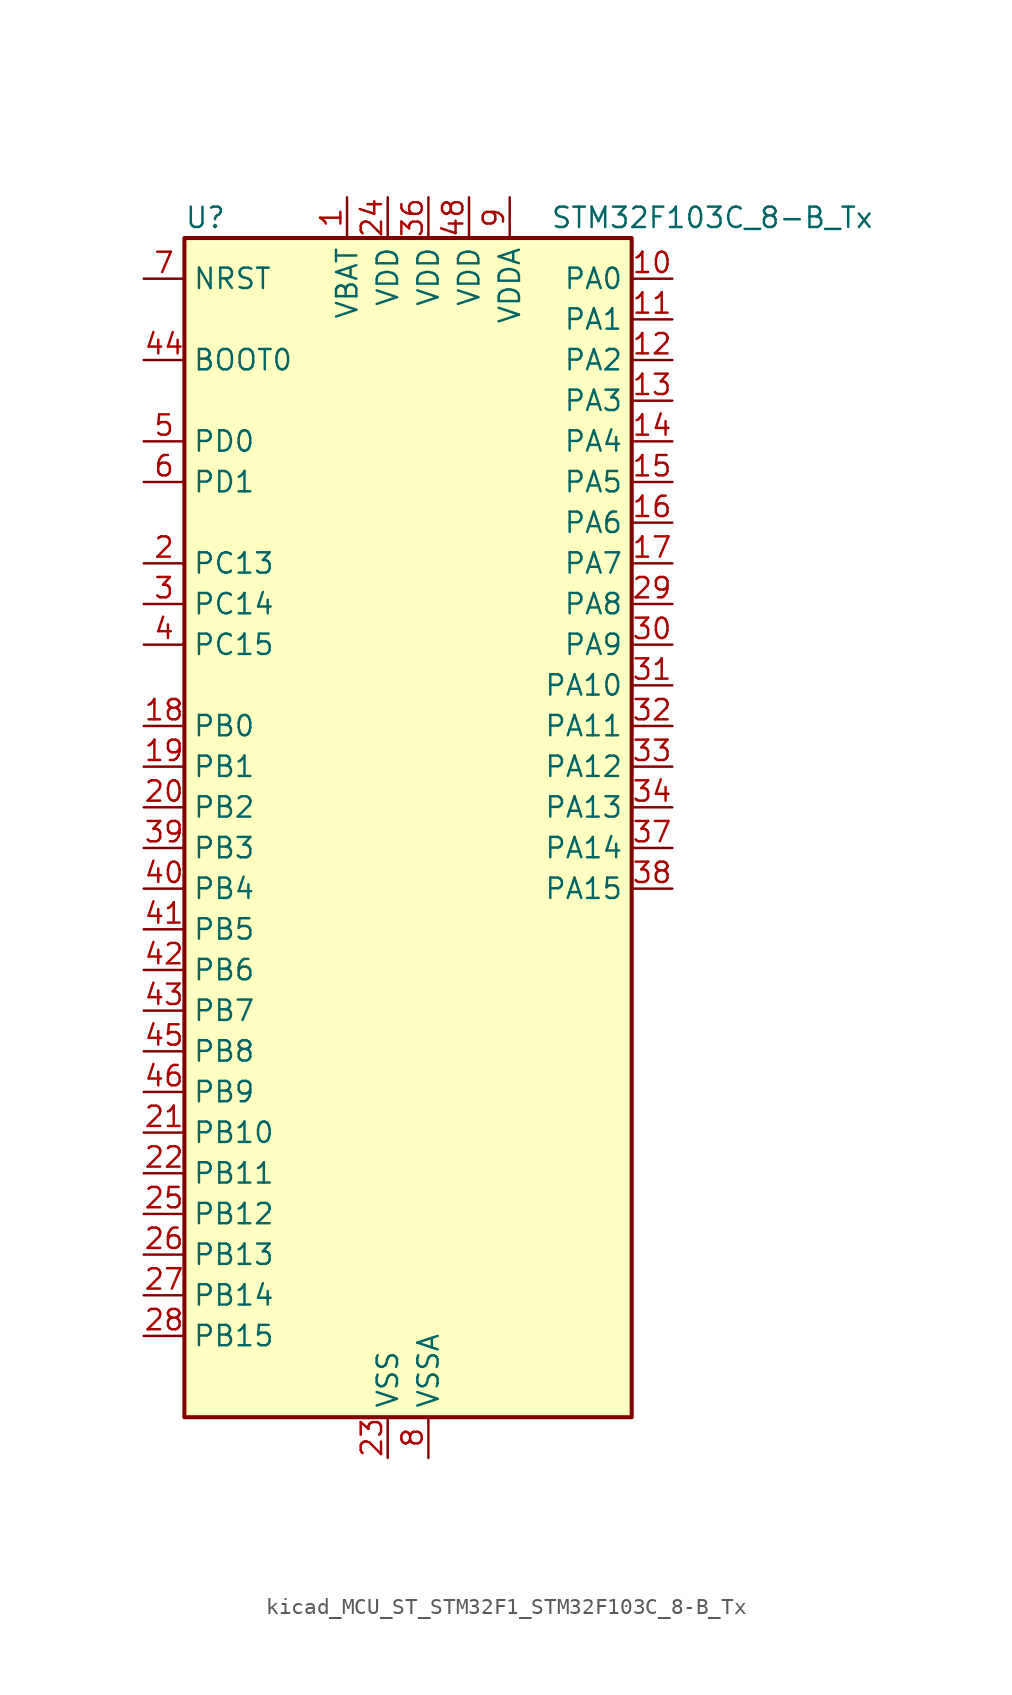
<source format=kicad_sym>
(kicad_symbol_lib
  (version 20220914)
  (generator kicad_symbol_editor)
  (symbol "kicad_MCU_ST_STM32F1_STM32F103C_8-B_Tx"
    (property "Reference" "U"
      (at -12.7 39.37 0)
      (effects (font (size 1.27 1.27)) (justify left)))
    (property "Value" "STM32F103C_8-B_Tx"
      (at 10.16 39.37 0)
      (effects (font (size 1.27 1.27)) (justify left)))
    (property "ki_locked" ""
      (at 0 0 0)
      (effects (font (size 1.27 1.27))))
    (symbol "kicad_MCU_ST_STM32F1_STM32F103C_8-B_Tx_0_1"
      (rectangle (start -12.7 -35.56) (end 15.24 38.1) (stroke (width 0.254) (type default)) (fill (type background))))
    (symbol "kicad_MCU_ST_STM32F1_STM32F103C_8-B_Tx_1_1"
      (pin power_in line (at -2.54 40.64 270) (length 2.54) (name "VBAT" (effects (font (size 1.27 1.27)))) (number "1" (effects (font (size 1.27 1.27)))))
      (pin bidirectional line (at 17.78 35.56 180) (length 2.54) (name "PA0" (effects (font (size 1.27 1.27)))) (number "10" (effects (font (size 1.27 1.27)))) (alternate "ADC1_IN0" bidirectional line) (alternate "ADC2_IN0" bidirectional line) (alternate "SYS_WKUP" bidirectional line) (alternate "TIM2_CH1" bidirectional line) (alternate "TIM2_ETR" bidirectional line) (alternate "USART2_CTS" bidirectional line))
      (pin bidirectional line (at 17.78 33.02 180) (length 2.54) (name "PA1" (effects (font (size 1.27 1.27)))) (number "11" (effects (font (size 1.27 1.27)))) (alternate "ADC1_IN1" bidirectional line) (alternate "ADC2_IN1" bidirectional line) (alternate "TIM2_CH2" bidirectional line) (alternate "USART2_RTS" bidirectional line))
      (pin bidirectional line (at 17.78 30.48 180) (length 2.54) (name "PA2" (effects (font (size 1.27 1.27)))) (number "12" (effects (font (size 1.27 1.27)))) (alternate "ADC1_IN2" bidirectional line) (alternate "ADC2_IN2" bidirectional line) (alternate "TIM2_CH3" bidirectional line) (alternate "USART2_TX" bidirectional line))
      (pin bidirectional line (at 17.78 27.94 180) (length 2.54) (name "PA3" (effects (font (size 1.27 1.27)))) (number "13" (effects (font (size 1.27 1.27)))) (alternate "ADC1_IN3" bidirectional line) (alternate "ADC2_IN3" bidirectional line) (alternate "TIM2_CH4" bidirectional line) (alternate "USART2_RX" bidirectional line))
      (pin bidirectional line (at 17.78 25.4 180) (length 2.54) (name "PA4" (effects (font (size 1.27 1.27)))) (number "14" (effects (font (size 1.27 1.27)))) (alternate "ADC1_IN4" bidirectional line) (alternate "ADC2_IN4" bidirectional line) (alternate "SPI1_NSS" bidirectional line) (alternate "USART2_CK" bidirectional line))
      (pin bidirectional line (at 17.78 22.86 180) (length 2.54) (name "PA5" (effects (font (size 1.27 1.27)))) (number "15" (effects (font (size 1.27 1.27)))) (alternate "ADC1_IN5" bidirectional line) (alternate "ADC2_IN5" bidirectional line) (alternate "SPI1_SCK" bidirectional line))
      (pin bidirectional line (at 17.78 20.32 180) (length 2.54) (name "PA6" (effects (font (size 1.27 1.27)))) (number "16" (effects (font (size 1.27 1.27)))) (alternate "ADC1_IN6" bidirectional line) (alternate "ADC2_IN6" bidirectional line) (alternate "SPI1_MISO" bidirectional line) (alternate "TIM1_BKIN" bidirectional line) (alternate "TIM3_CH1" bidirectional line))
      (pin bidirectional line (at 17.78 17.78 180) (length 2.54) (name "PA7" (effects (font (size 1.27 1.27)))) (number "17" (effects (font (size 1.27 1.27)))) (alternate "ADC1_IN7" bidirectional line) (alternate "ADC2_IN7" bidirectional line) (alternate "SPI1_MOSI" bidirectional line) (alternate "TIM1_CH1N" bidirectional line) (alternate "TIM3_CH2" bidirectional line))
      (pin bidirectional line (at -15.24 7.62 0) (length 2.54) (name "PB0" (effects (font (size 1.27 1.27)))) (number "18" (effects (font (size 1.27 1.27)))) (alternate "ADC1_IN8" bidirectional line) (alternate "ADC2_IN8" bidirectional line) (alternate "TIM1_CH2N" bidirectional line) (alternate "TIM3_CH3" bidirectional line))
      (pin bidirectional line (at -15.24 5.08 0) (length 2.54) (name "PB1" (effects (font (size 1.27 1.27)))) (number "19" (effects (font (size 1.27 1.27)))) (alternate "ADC1_IN9" bidirectional line) (alternate "ADC2_IN9" bidirectional line) (alternate "TIM1_CH3N" bidirectional line) (alternate "TIM3_CH4" bidirectional line))
      (pin bidirectional line (at -15.24 17.78 0) (length 2.54) (name "PC13" (effects (font (size 1.27 1.27)))) (number "2" (effects (font (size 1.27 1.27)))) (alternate "RTC_OUT" bidirectional line) (alternate "RTC_TAMPER" bidirectional line))
      (pin bidirectional line (at -15.24 2.54 0) (length 2.54) (name "PB2" (effects (font (size 1.27 1.27)))) (number "20" (effects (font (size 1.27 1.27)))))
      (pin bidirectional line (at -15.24 -17.78 0) (length 2.54) (name "PB10" (effects (font (size 1.27 1.27)))) (number "21" (effects (font (size 1.27 1.27)))) (alternate "I2C2_SCL" bidirectional line) (alternate "TIM2_CH3" bidirectional line) (alternate "USART3_TX" bidirectional line))
      (pin bidirectional line (at -15.24 -20.32 0) (length 2.54) (name "PB11" (effects (font (size 1.27 1.27)))) (number "22" (effects (font (size 1.27 1.27)))) (alternate "ADC1_EXTI11" bidirectional line) (alternate "ADC2_EXTI11" bidirectional line) (alternate "I2C2_SDA" bidirectional line) (alternate "TIM2_CH4" bidirectional line) (alternate "USART3_RX" bidirectional line))
      (pin power_in line (at 0 -38.1 90) (length 2.54) (name "VSS" (effects (font (size 1.27 1.27)))) (number "23" (effects (font (size 1.27 1.27)))))
      (pin power_in line (at 0 40.64 270) (length 2.54) (name "VDD" (effects (font (size 1.27 1.27)))) (number "24" (effects (font (size 1.27 1.27)))))
      (pin bidirectional line (at -15.24 -22.86 0) (length 2.54) (name "PB12" (effects (font (size 1.27 1.27)))) (number "25" (effects (font (size 1.27 1.27)))) (alternate "I2C2_SMBA" bidirectional line) (alternate "SPI2_NSS" bidirectional line) (alternate "TIM1_BKIN" bidirectional line) (alternate "USART3_CK" bidirectional line))
      (pin bidirectional line (at -15.24 -25.4 0) (length 2.54) (name "PB13" (effects (font (size 1.27 1.27)))) (number "26" (effects (font (size 1.27 1.27)))) (alternate "SPI2_SCK" bidirectional line) (alternate "TIM1_CH1N" bidirectional line) (alternate "USART3_CTS" bidirectional line))
      (pin bidirectional line (at -15.24 -27.94 0) (length 2.54) (name "PB14" (effects (font (size 1.27 1.27)))) (number "27" (effects (font (size 1.27 1.27)))) (alternate "SPI2_MISO" bidirectional line) (alternate "TIM1_CH2N" bidirectional line) (alternate "USART3_RTS" bidirectional line))
      (pin bidirectional line (at -15.24 -30.48 0) (length 2.54) (name "PB15" (effects (font (size 1.27 1.27)))) (number "28" (effects (font (size 1.27 1.27)))) (alternate "ADC1_EXTI15" bidirectional line) (alternate "ADC2_EXTI15" bidirectional line) (alternate "SPI2_MOSI" bidirectional line) (alternate "TIM1_CH3N" bidirectional line))
      (pin bidirectional line (at 17.78 15.24 180) (length 2.54) (name "PA8" (effects (font (size 1.27 1.27)))) (number "29" (effects (font (size 1.27 1.27)))) (alternate "RCC_MCO" bidirectional line) (alternate "TIM1_CH1" bidirectional line) (alternate "USART1_CK" bidirectional line))
      (pin bidirectional line (at -15.24 15.24 0) (length 2.54) (name "PC14" (effects (font (size 1.27 1.27)))) (number "3" (effects (font (size 1.27 1.27)))) (alternate "RCC_OSC32_IN" bidirectional line))
      (pin bidirectional line (at 17.78 12.7 180) (length 2.54) (name "PA9" (effects (font (size 1.27 1.27)))) (number "30" (effects (font (size 1.27 1.27)))) (alternate "TIM1_CH2" bidirectional line) (alternate "USART1_TX" bidirectional line))
      (pin bidirectional line (at 17.78 10.16 180) (length 2.54) (name "PA10" (effects (font (size 1.27 1.27)))) (number "31" (effects (font (size 1.27 1.27)))) (alternate "TIM1_CH3" bidirectional line) (alternate "USART1_RX" bidirectional line))
      (pin bidirectional line (at 17.78 7.62 180) (length 2.54) (name "PA11" (effects (font (size 1.27 1.27)))) (number "32" (effects (font (size 1.27 1.27)))) (alternate "ADC1_EXTI11" bidirectional line) (alternate "ADC2_EXTI11" bidirectional line) (alternate "CAN_RX" bidirectional line) (alternate "TIM1_CH4" bidirectional line) (alternate "USART1_CTS" bidirectional line) (alternate "USB_DM" bidirectional line))
      (pin bidirectional line (at 17.78 5.08 180) (length 2.54) (name "PA12" (effects (font (size 1.27 1.27)))) (number "33" (effects (font (size 1.27 1.27)))) (alternate "CAN_TX" bidirectional line) (alternate "TIM1_ETR" bidirectional line) (alternate "USART1_RTS" bidirectional line) (alternate "USB_DP" bidirectional line))
      (pin bidirectional line (at 17.78 2.54 180) (length 2.54) (name "PA13" (effects (font (size 1.27 1.27)))) (number "34" (effects (font (size 1.27 1.27)))) (alternate "SYS_JTMS-SWDIO" bidirectional line))
      (pin passive line (at 0 -38.1 90) (length 2.54) hide (name "VSS" (effects (font (size 1.27 1.27)))) (number "35" (effects (font (size 1.27 1.27)))))
      (pin power_in line (at 2.54 40.64 270) (length 2.54) (name "VDD" (effects (font (size 1.27 1.27)))) (number "36" (effects (font (size 1.27 1.27)))))
      (pin bidirectional line (at 17.78 0 180) (length 2.54) (name "PA14" (effects (font (size 1.27 1.27)))) (number "37" (effects (font (size 1.27 1.27)))) (alternate "SYS_JTCK-SWCLK" bidirectional line))
      (pin bidirectional line (at 17.78 -2.54 180) (length 2.54) (name "PA15" (effects (font (size 1.27 1.27)))) (number "38" (effects (font (size 1.27 1.27)))) (alternate "ADC1_EXTI15" bidirectional line) (alternate "ADC2_EXTI15" bidirectional line) (alternate "SPI1_NSS" bidirectional line) (alternate "SYS_JTDI" bidirectional line) (alternate "TIM2_CH1" bidirectional line) (alternate "TIM2_ETR" bidirectional line))
      (pin bidirectional line (at -15.24 0 0) (length 2.54) (name "PB3" (effects (font (size 1.27 1.27)))) (number "39" (effects (font (size 1.27 1.27)))) (alternate "SPI1_SCK" bidirectional line) (alternate "SYS_JTDO-TRACESWO" bidirectional line) (alternate "TIM2_CH2" bidirectional line))
      (pin bidirectional line (at -15.24 12.7 0) (length 2.54) (name "PC15" (effects (font (size 1.27 1.27)))) (number "4" (effects (font (size 1.27 1.27)))) (alternate "ADC1_EXTI15" bidirectional line) (alternate "ADC2_EXTI15" bidirectional line) (alternate "RCC_OSC32_OUT" bidirectional line))
      (pin bidirectional line (at -15.24 -2.54 0) (length 2.54) (name "PB4" (effects (font (size 1.27 1.27)))) (number "40" (effects (font (size 1.27 1.27)))) (alternate "SPI1_MISO" bidirectional line) (alternate "SYS_NJTRST" bidirectional line) (alternate "TIM3_CH1" bidirectional line))
      (pin bidirectional line (at -15.24 -5.08 0) (length 2.54) (name "PB5" (effects (font (size 1.27 1.27)))) (number "41" (effects (font (size 1.27 1.27)))) (alternate "I2C1_SMBA" bidirectional line) (alternate "SPI1_MOSI" bidirectional line) (alternate "TIM3_CH2" bidirectional line))
      (pin bidirectional line (at -15.24 -7.62 0) (length 2.54) (name "PB6" (effects (font (size 1.27 1.27)))) (number "42" (effects (font (size 1.27 1.27)))) (alternate "I2C1_SCL" bidirectional line) (alternate "TIM4_CH1" bidirectional line) (alternate "USART1_TX" bidirectional line))
      (pin bidirectional line (at -15.24 -10.16 0) (length 2.54) (name "PB7" (effects (font (size 1.27 1.27)))) (number "43" (effects (font (size 1.27 1.27)))) (alternate "I2C1_SDA" bidirectional line) (alternate "TIM4_CH2" bidirectional line) (alternate "USART1_RX" bidirectional line))
      (pin input line (at -15.24 30.48 0) (length 2.54) (name "BOOT0" (effects (font (size 1.27 1.27)))) (number "44" (effects (font (size 1.27 1.27)))))
      (pin bidirectional line (at -15.24 -12.7 0) (length 2.54) (name "PB8" (effects (font (size 1.27 1.27)))) (number "45" (effects (font (size 1.27 1.27)))) (alternate "CAN_RX" bidirectional line) (alternate "I2C1_SCL" bidirectional line) (alternate "TIM4_CH3" bidirectional line))
      (pin bidirectional line (at -15.24 -15.24 0) (length 2.54) (name "PB9" (effects (font (size 1.27 1.27)))) (number "46" (effects (font (size 1.27 1.27)))) (alternate "CAN_TX" bidirectional line) (alternate "I2C1_SDA" bidirectional line) (alternate "TIM4_CH4" bidirectional line))
      (pin passive line (at 0 -38.1 90) (length 2.54) hide (name "VSS" (effects (font (size 1.27 1.27)))) (number "47" (effects (font (size 1.27 1.27)))))
      (pin power_in line (at 5.08 40.64 270) (length 2.54) (name "VDD" (effects (font (size 1.27 1.27)))) (number "48" (effects (font (size 1.27 1.27)))))
      (pin bidirectional line (at -15.24 25.4 0) (length 2.54) (name "PD0" (effects (font (size 1.27 1.27)))) (number "5" (effects (font (size 1.27 1.27)))) (alternate "RCC_OSC_IN" bidirectional line))
      (pin bidirectional line (at -15.24 22.86 0) (length 2.54) (name "PD1" (effects (font (size 1.27 1.27)))) (number "6" (effects (font (size 1.27 1.27)))) (alternate "RCC_OSC_OUT" bidirectional line))
      (pin input line (at -15.24 35.56 0) (length 2.54) (name "NRST" (effects (font (size 1.27 1.27)))) (number "7" (effects (font (size 1.27 1.27)))))
      (pin power_in line (at 2.54 -38.1 90) (length 2.54) (name "VSSA" (effects (font (size 1.27 1.27)))) (number "8" (effects (font (size 1.27 1.27)))))
      (pin power_in line (at 7.62 40.64 270) (length 2.54) (name "VDDA" (effects (font (size 1.27 1.27)))) (number "9" (effects (font (size 1.27 1.27))))))))
</source>
